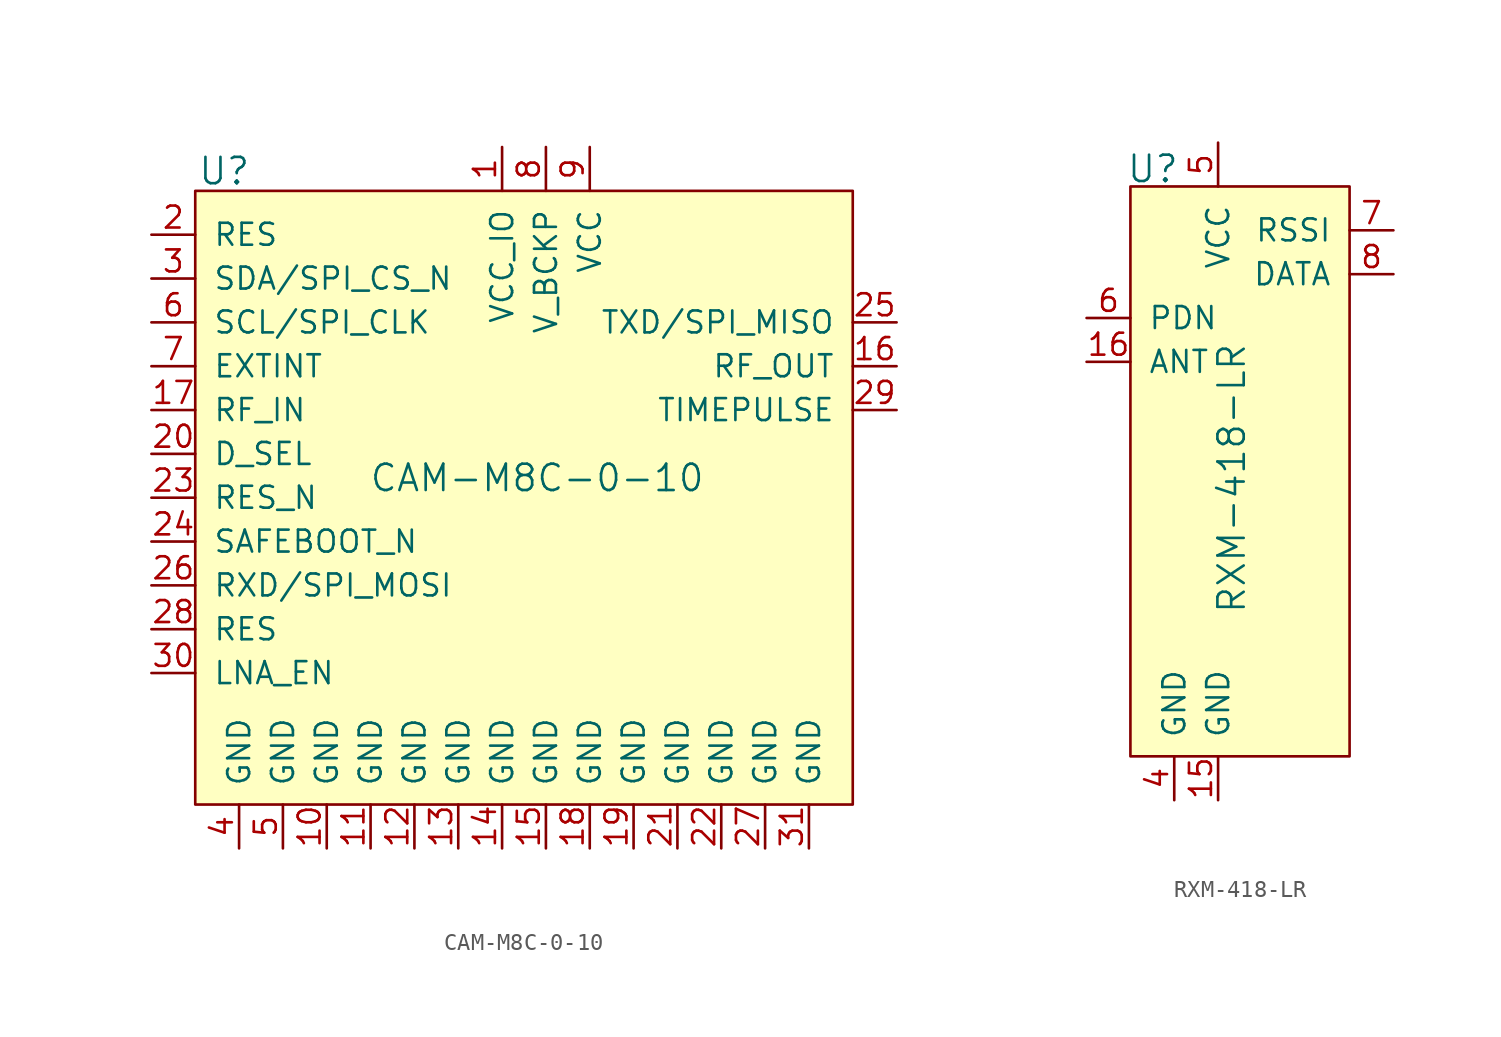
<source format=kicad_sym>
(kicad_symbol_lib
  (version 20231120)
  (generator "kicad_symbol_editor")
  (generator_version "8.0")
  (symbol "CAM-M8C-0-10"
    (pin_names
      (offset 1.016))
    (property "Reference" "U"
      (at -17.653 13.843 0)
      (effects (font (size 1.524 1.524)) (justify left)))
    (property "Value" "CAM-M8C-0-10"
      (at 2.032 -3.937 0)
      (effects (font (size 1.524 1.524))))
    (symbol "CAM-M8C-0-10_0_1"
      (rectangle (start -17.78 12.7) (end 20.32 -22.86) (stroke (width 0) (type default)) (fill (type background))))
    (symbol "CAM-M8C-0-10_1_1"
      (pin power_in line (at 0 15.24 270) (length 2.54) (name "VCC_IO" (effects (font (size 1.27 1.27)))) (number "1" (effects (font (size 1.27 1.27)))))
      (pin power_in line (at -10.16 -25.4 90) (length 2.54) (name "GND" (effects (font (size 1.27 1.27)))) (number "10" (effects (font (size 1.27 1.27)))))
      (pin power_in line (at -7.62 -25.4 90) (length 2.54) (name "GND" (effects (font (size 1.27 1.27)))) (number "11" (effects (font (size 1.27 1.27)))))
      (pin power_in line (at -5.08 -25.4 90) (length 2.54) (name "GND" (effects (font (size 1.27 1.27)))) (number "12" (effects (font (size 1.27 1.27)))))
      (pin power_in line (at -2.54 -25.4 90) (length 2.54) (name "GND" (effects (font (size 1.27 1.27)))) (number "13" (effects (font (size 1.27 1.27)))))
      (pin power_in line (at 0 -25.4 90) (length 2.54) (name "GND" (effects (font (size 1.27 1.27)))) (number "14" (effects (font (size 1.27 1.27)))))
      (pin power_in line (at 2.54 -25.4 90) (length 2.54) (name "GND" (effects (font (size 1.27 1.27)))) (number "15" (effects (font (size 1.27 1.27)))))
      (pin output line (at 22.86 2.54 180) (length 2.54) (name "RF_OUT" (effects (font (size 1.27 1.27)))) (number "16" (effects (font (size 1.27 1.27)))))
      (pin input line (at -20.32 0 0) (length 2.54) (name "RF_IN" (effects (font (size 1.27 1.27)))) (number "17" (effects (font (size 1.27 1.27)))))
      (pin power_in line (at 5.08 -25.4 90) (length 2.54) (name "GND" (effects (font (size 1.27 1.27)))) (number "18" (effects (font (size 1.27 1.27)))))
      (pin power_in line (at 7.62 -25.4 90) (length 2.54) (name "GND" (effects (font (size 1.27 1.27)))) (number "19" (effects (font (size 1.27 1.27)))))
      (pin input line (at -20.32 10.16 0) (length 2.54) (name "RES" (effects (font (size 1.27 1.27)))) (number "2" (effects (font (size 1.27 1.27)))))
      (pin input line (at -20.32 -2.54 0) (length 2.54) (name "D_SEL" (effects (font (size 1.27 1.27)))) (number "20" (effects (font (size 1.27 1.27)))))
      (pin power_in line (at 10.16 -25.4 90) (length 2.54) (name "GND" (effects (font (size 1.27 1.27)))) (number "21" (effects (font (size 1.27 1.27)))))
      (pin power_in line (at 12.7 -25.4 90) (length 2.54) (name "GND" (effects (font (size 1.27 1.27)))) (number "22" (effects (font (size 1.27 1.27)))))
      (pin input line (at -20.32 -5.08 0) (length 2.54) (name "RES_N" (effects (font (size 1.27 1.27)))) (number "23" (effects (font (size 1.27 1.27)))))
      (pin input line (at -20.32 -7.62 0) (length 2.54) (name "SAFEBOOT_N" (effects (font (size 1.27 1.27)))) (number "24" (effects (font (size 1.27 1.27)))))
      (pin output line (at 22.86 5.08 180) (length 2.54) (name "TXD/SPI_MISO" (effects (font (size 1.27 1.27)))) (number "25" (effects (font (size 1.27 1.27)))))
      (pin input line (at -20.32 -10.16 0) (length 2.54) (name "RXD/SPI_MOSI" (effects (font (size 1.27 1.27)))) (number "26" (effects (font (size 1.27 1.27)))))
      (pin power_in line (at 15.24 -25.4 90) (length 2.54) (name "GND" (effects (font (size 1.27 1.27)))) (number "27" (effects (font (size 1.27 1.27)))))
      (pin input line (at -20.32 -12.7 0) (length 2.54) (name "RES" (effects (font (size 1.27 1.27)))) (number "28" (effects (font (size 1.27 1.27)))))
      (pin output line (at 22.86 0 180) (length 2.54) (name "TIMEPULSE" (effects (font (size 1.27 1.27)))) (number "29" (effects (font (size 1.27 1.27)))))
      (pin bidirectional line (at -20.32 7.62 0) (length 2.54) (name "SDA/SPI_CS_N" (effects (font (size 1.27 1.27)))) (number "3" (effects (font (size 1.27 1.27)))))
      (pin input line (at -20.32 -15.24 0) (length 2.54) (name "LNA_EN" (effects (font (size 1.27 1.27)))) (number "30" (effects (font (size 1.27 1.27)))))
      (pin power_in line (at 17.78 -25.4 90) (length 2.54) (name "GND" (effects (font (size 1.27 1.27)))) (number "31" (effects (font (size 1.27 1.27)))))
      (pin power_in line (at -15.24 -25.4 90) (length 2.54) (name "GND" (effects (font (size 1.27 1.27)))) (number "4" (effects (font (size 1.27 1.27)))))
      (pin power_in line (at -12.7 -25.4 90) (length 2.54) (name "GND" (effects (font (size 1.27 1.27)))) (number "5" (effects (font (size 1.27 1.27)))))
      (pin bidirectional line (at -20.32 5.08 0) (length 2.54) (name "SCL/SPI_CLK" (effects (font (size 1.27 1.27)))) (number "6" (effects (font (size 1.27 1.27)))))
      (pin input line (at -20.32 2.54 0) (length 2.54) (name "EXTINT" (effects (font (size 1.27 1.27)))) (number "7" (effects (font (size 1.27 1.27)))))
      (pin power_in line (at 2.54 15.24 270) (length 2.54) (name "V_BCKP" (effects (font (size 1.27 1.27)))) (number "8" (effects (font (size 1.27 1.27)))))
      (pin power_in line (at 5.08 15.24 270) (length 2.54) (name "VCC" (effects (font (size 1.27 1.27)))) (number "9" (effects (font (size 1.27 1.27)))))))
  (symbol "RXM-418-LR"
    (pin_names
      (offset 1.016))
    (property "Reference" "U"
      (at -5.334 18.796 0)
      (effects (font (size 1.524 1.524)) (justify left)))
    (property "Value" "RXM-418-LR"
      (at 0.787 0.864 90)
      (effects (font (size 1.524 1.524))))
    (symbol "RXM-418-LR_1_1"
      (rectangle (start -5.08 17.78) (end 7.62 -15.24) (stroke (width 0) (type default)) (fill (type background)))
      (pin no_connect line (at 7.62 10.16 180) (length 2.54) hide (name "NC" (effects (font (size 1.27 1.27)))) (number "1" (effects (font (size 1.27 1.27)))))
      (pin no_connect line (at 7.62 0 180) (length 2.54) hide (name "NC" (effects (font (size 1.27 1.27)))) (number "10" (effects (font (size 1.27 1.27)))))
      (pin no_connect line (at 7.62 -2.54 180) (length 2.54) hide (name "NC" (effects (font (size 1.27 1.27)))) (number "11" (effects (font (size 1.27 1.27)))))
      (pin no_connect line (at 7.62 -5.08 180) (length 2.54) hide (name "NC" (effects (font (size 1.27 1.27)))) (number "12" (effects (font (size 1.27 1.27)))))
      (pin no_connect line (at 7.62 -7.62 180) (length 2.54) hide (name "NC" (effects (font (size 1.27 1.27)))) (number "13" (effects (font (size 1.27 1.27)))))
      (pin no_connect line (at 7.62 -10.16 180) (length 2.54) hide (name "NC" (effects (font (size 1.27 1.27)))) (number "14" (effects (font (size 1.27 1.27)))))
      (pin power_in line (at 0 -17.78 90) (length 2.54) (name "GND" (effects (font (size 1.27 1.27)))) (number "15" (effects (font (size 1.27 1.27)))))
      (pin input line (at -7.62 7.62 0) (length 2.54) (name "ANT" (effects (font (size 1.27 1.27)))) (number "16" (effects (font (size 1.27 1.27)))))
      (pin no_connect line (at 7.62 7.62 180) (length 2.54) hide (name "NC" (effects (font (size 1.27 1.27)))) (number "2" (effects (font (size 1.27 1.27)))))
      (pin no_connect line (at 7.62 5.08 180) (length 2.54) hide (name "NC" (effects (font (size 1.27 1.27)))) (number "3" (effects (font (size 1.27 1.27)))))
      (pin power_in line (at -2.54 -17.78 90) (length 2.54) (name "GND" (effects (font (size 1.27 1.27)))) (number "4" (effects (font (size 1.27 1.27)))))
      (pin power_in line (at 0 20.32 270) (length 2.54) (name "VCC" (effects (font (size 1.27 1.27)))) (number "5" (effects (font (size 1.27 1.27)))))
      (pin input line (at -7.62 10.16 0) (length 2.54) (name "PDN" (effects (font (size 1.27 1.27)))) (number "6" (effects (font (size 1.27 1.27)))))
      (pin output line (at 10.16 15.24 180) (length 2.54) (name "RSSI" (effects (font (size 1.27 1.27)))) (number "7" (effects (font (size 1.27 1.27)))))
      (pin output line (at 10.16 12.7 180) (length 2.54) (name "DATA" (effects (font (size 1.27 1.27)))) (number "8" (effects (font (size 1.27 1.27)))))
      (pin no_connect line (at 7.62 2.54 180) (length 2.54) hide (name "NC" (effects (font (size 1.27 1.27)))) (number "9" (effects (font (size 1.27 1.27))))))))
</source>
